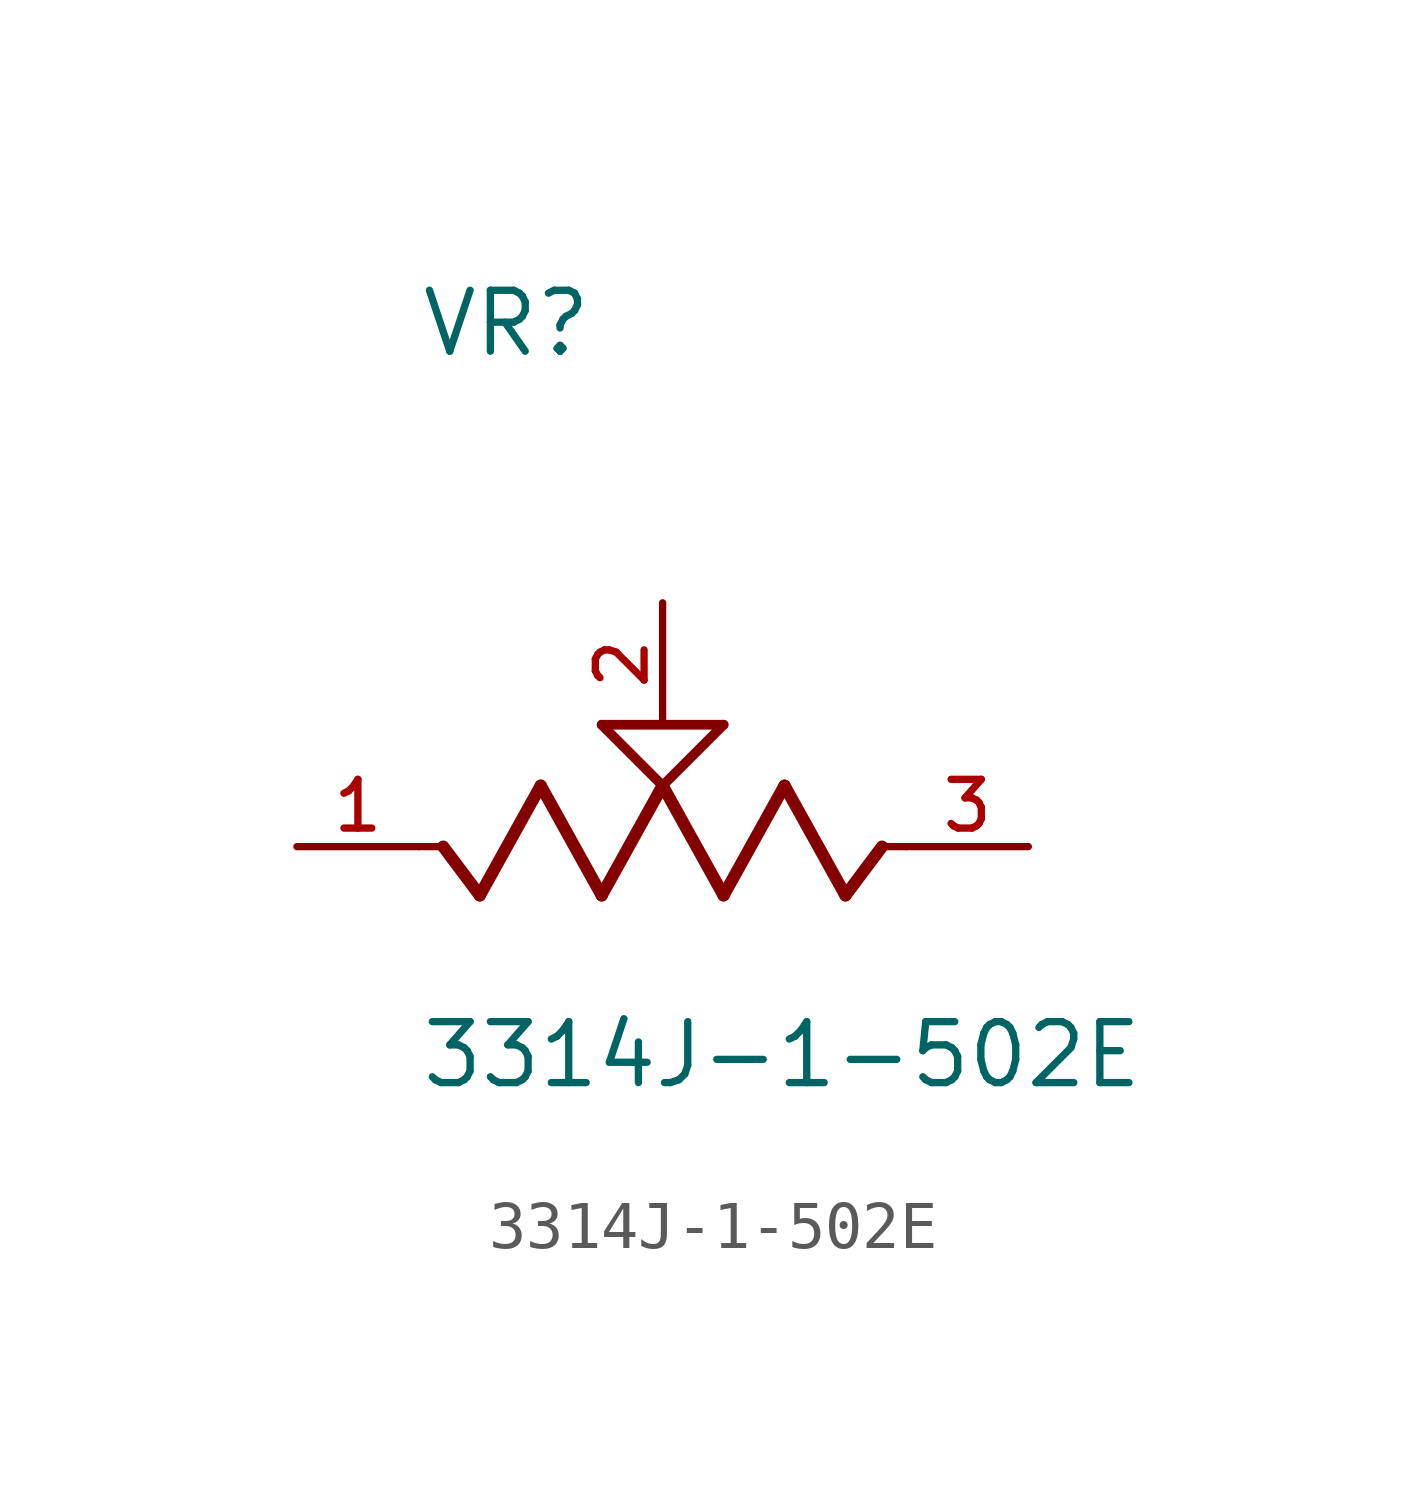
<source format=kicad_sym>
(kicad_symbol_lib
  (version 20211014)
  (generator kicad_symbol_editor)
  (symbol "3314J-1-502E"
    (pin_names
      (offset 1.016))
    (property "Reference" "VR"
      (at -5.08 10.16 0)
      (effects (font (size 1.27 1.27)) (justify bottom left)))
    (property "Value" "3314J-1-502E"
      (at -5.08 -5.08 0)
      (effects (font (size 1.27 1.27)) (justify bottom left)))
    (symbol "3314J-1-502E_0_0"
      (polyline (pts (xy 5.08 0.0) (xy 4.572 0.0)) (stroke (width 0.152)))
      (polyline (pts (xy 4.572 0.0) (xy 3.81 -1.016)) (stroke (width 0.254)))
      (polyline (pts (xy 3.81 -1.016) (xy 2.54 1.27)) (stroke (width 0.254)))
      (polyline (pts (xy 2.54 1.27) (xy 1.27 -1.016)) (stroke (width 0.254)))
      (polyline (pts (xy 1.27 -1.016) (xy 0.0 1.27)) (stroke (width 0.254)))
      (polyline (pts (xy 0.0 1.27) (xy -1.27 -1.016)) (stroke (width 0.254)))
      (polyline (pts (xy -1.27 -1.016) (xy -2.54 1.27)) (stroke (width 0.254)))
      (polyline (pts (xy -2.54 1.27) (xy -3.81 -1.016)) (stroke (width 0.254)))
      (polyline (pts (xy -3.81 -1.016) (xy -4.572 0.0)) (stroke (width 0.254)))
      (polyline (pts (xy -4.572 0.0) (xy -5.08 0.0)) (stroke (width 0.152)))
      (polyline (pts (xy 0.0 1.27) (xy -1.27 2.54)) (stroke (width 0.203)))
      (polyline (pts (xy 1.27 2.54) (xy 0.0 1.27)) (stroke (width 0.203)))
      (polyline (pts (xy -1.27 2.54) (xy 1.27 2.54)) (stroke (width 0.203)))
      (pin passive line (at 7.62 0.0 180.0) (length 2.54) (name "~" (effects (font (size 1.016 1.016)))) (number "3" (effects (font (size 1.016 1.016)))))
      (pin passive line (at -7.62 0.0 0) (length 2.54) (name "~" (effects (font (size 1.016 1.016)))) (number "1" (effects (font (size 1.016 1.016)))))
      (pin passive line (at 0.0 5.08 270.0) (length 2.54) (name "~" (effects (font (size 1.016 1.016)))) (number "2" (effects (font (size 1.016 1.016))))))))
</source>
